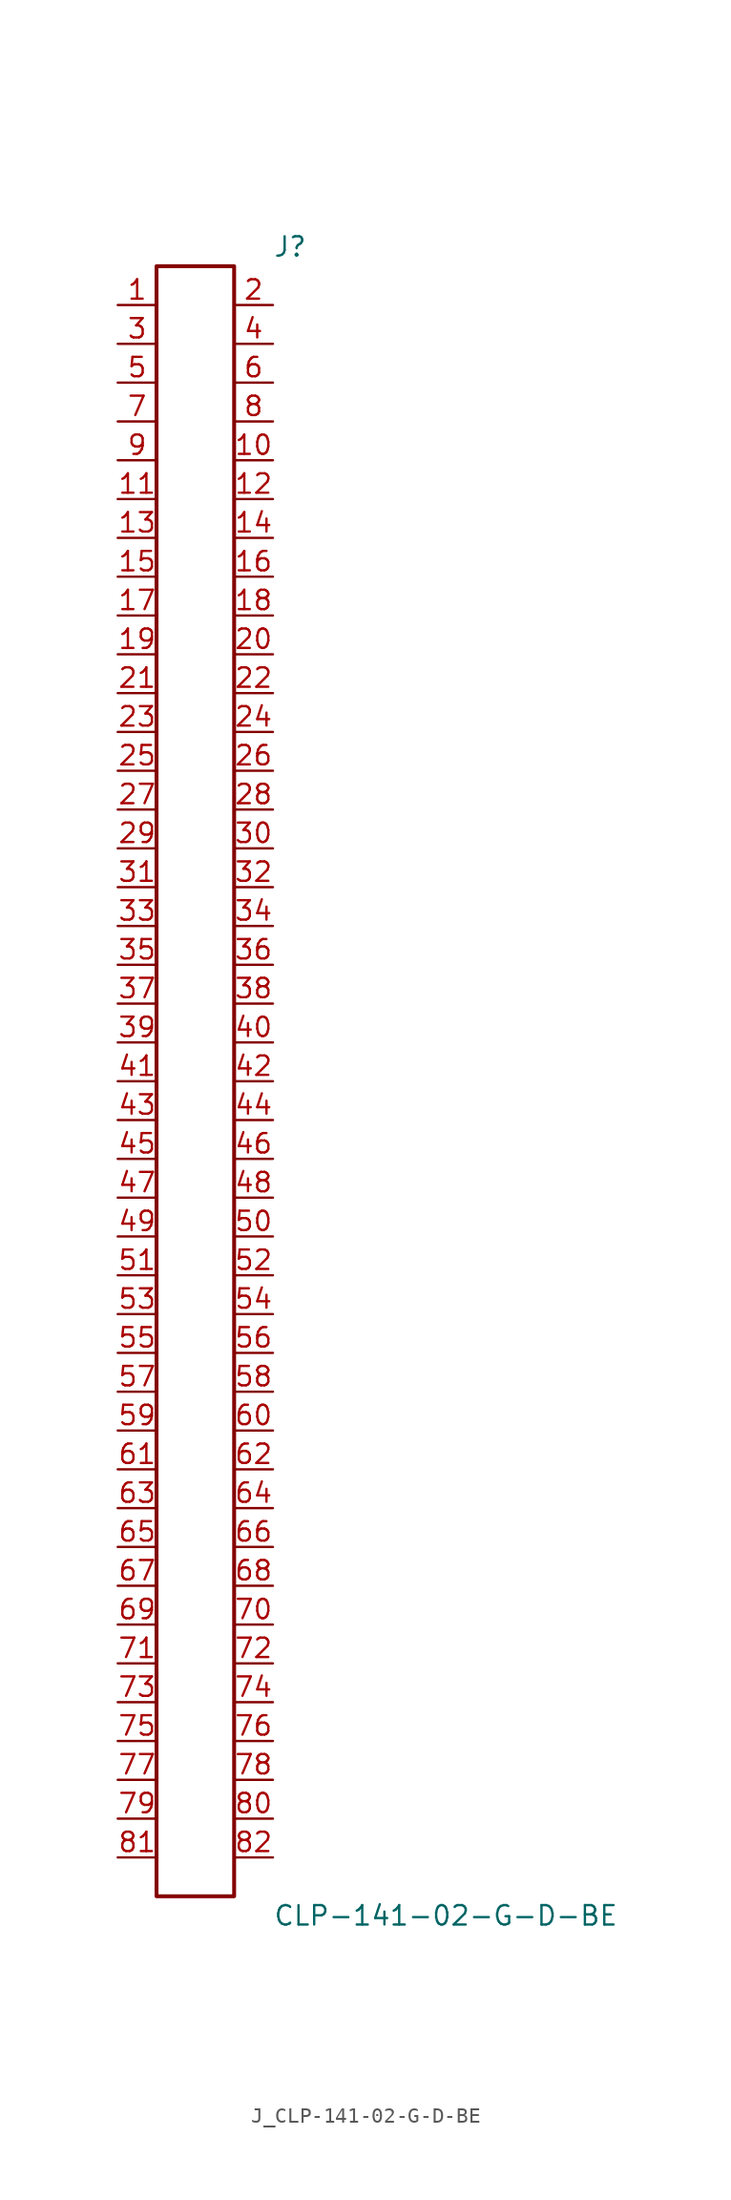
<source format=kicad_sym>
(kicad_symbol_lib
  (version 20231120)
  (generator kicad_symbol_editor)
  (generator_version 8.0)
  (symbol "J_CLP-141-02-G-D-BE"
    (pin_names
      (offset 0.254))
    (property "Reference" "J"
      (at 5.08 54.61 0)
      (effects (font (size 1.27 1.27)) (justify left)))
    (property "Value" "CLP-141-02-G-D-BE"
      (at 5.08 -54.61 0)
      (effects (font (size 1.27 1.27)) (justify left)))
    (symbol "J_CLP-141-02-G-D-BE_0_0"
      (pin passive line (at -5.08 50.8 0) (length 2.54) (name "" (effects (font (size 1.27 1.27)))) (number "1" (effects (font (size 1.27 1.27)))))
      (pin passive line (at 5.08 50.8 180) (length 2.54) (name "" (effects (font (size 1.27 1.27)))) (number "2" (effects (font (size 1.27 1.27)))))
      (pin passive line (at -5.08 48.26 0) (length 2.54) (name "" (effects (font (size 1.27 1.27)))) (number "3" (effects (font (size 1.27 1.27)))))
      (pin passive line (at 5.08 48.26 180) (length 2.54) (name "" (effects (font (size 1.27 1.27)))) (number "4" (effects (font (size 1.27 1.27)))))
      (pin passive line (at -5.08 45.72 0) (length 2.54) (name "" (effects (font (size 1.27 1.27)))) (number "5" (effects (font (size 1.27 1.27)))))
      (pin passive line (at 5.08 45.72 180) (length 2.54) (name "" (effects (font (size 1.27 1.27)))) (number "6" (effects (font (size 1.27 1.27)))))
      (pin passive line (at -5.08 43.18 0) (length 2.54) (name "" (effects (font (size 1.27 1.27)))) (number "7" (effects (font (size 1.27 1.27)))))
      (pin passive line (at 5.08 43.18 180) (length 2.54) (name "" (effects (font (size 1.27 1.27)))) (number "8" (effects (font (size 1.27 1.27)))))
      (pin passive line (at -5.08 40.64 0) (length 2.54) (name "" (effects (font (size 1.27 1.27)))) (number "9" (effects (font (size 1.27 1.27)))))
      (pin passive line (at 5.08 40.64 180) (length 2.54) (name "" (effects (font (size 1.27 1.27)))) (number "10" (effects (font (size 1.27 1.27)))))
      (pin passive line (at -5.08 38.1 0) (length 2.54) (name "" (effects (font (size 1.27 1.27)))) (number "11" (effects (font (size 1.27 1.27)))))
      (pin passive line (at 5.08 38.1 180) (length 2.54) (name "" (effects (font (size 1.27 1.27)))) (number "12" (effects (font (size 1.27 1.27)))))
      (pin passive line (at -5.08 35.56 0) (length 2.54) (name "" (effects (font (size 1.27 1.27)))) (number "13" (effects (font (size 1.27 1.27)))))
      (pin passive line (at 5.08 35.56 180) (length 2.54) (name "" (effects (font (size 1.27 1.27)))) (number "14" (effects (font (size 1.27 1.27)))))
      (pin passive line (at -5.08 33.02 0) (length 2.54) (name "" (effects (font (size 1.27 1.27)))) (number "15" (effects (font (size 1.27 1.27)))))
      (pin passive line (at 5.08 33.02 180) (length 2.54) (name "" (effects (font (size 1.27 1.27)))) (number "16" (effects (font (size 1.27 1.27)))))
      (pin passive line (at -5.08 30.48 0) (length 2.54) (name "" (effects (font (size 1.27 1.27)))) (number "17" (effects (font (size 1.27 1.27)))))
      (pin passive line (at 5.08 30.48 180) (length 2.54) (name "" (effects (font (size 1.27 1.27)))) (number "18" (effects (font (size 1.27 1.27)))))
      (pin passive line (at -5.08 27.94 0) (length 2.54) (name "" (effects (font (size 1.27 1.27)))) (number "19" (effects (font (size 1.27 1.27)))))
      (pin passive line (at 5.08 27.94 180) (length 2.54) (name "" (effects (font (size 1.27 1.27)))) (number "20" (effects (font (size 1.27 1.27)))))
      (pin passive line (at -5.08 25.4 0) (length 2.54) (name "" (effects (font (size 1.27 1.27)))) (number "21" (effects (font (size 1.27 1.27)))))
      (pin passive line (at 5.08 25.4 180) (length 2.54) (name "" (effects (font (size 1.27 1.27)))) (number "22" (effects (font (size 1.27 1.27)))))
      (pin passive line (at -5.08 22.86 0) (length 2.54) (name "" (effects (font (size 1.27 1.27)))) (number "23" (effects (font (size 1.27 1.27)))))
      (pin passive line (at 5.08 22.86 180) (length 2.54) (name "" (effects (font (size 1.27 1.27)))) (number "24" (effects (font (size 1.27 1.27)))))
      (pin passive line (at -5.08 20.32 0) (length 2.54) (name "" (effects (font (size 1.27 1.27)))) (number "25" (effects (font (size 1.27 1.27)))))
      (pin passive line (at 5.08 20.32 180) (length 2.54) (name "" (effects (font (size 1.27 1.27)))) (number "26" (effects (font (size 1.27 1.27)))))
      (pin passive line (at -5.08 17.78 0) (length 2.54) (name "" (effects (font (size 1.27 1.27)))) (number "27" (effects (font (size 1.27 1.27)))))
      (pin passive line (at 5.08 17.78 180) (length 2.54) (name "" (effects (font (size 1.27 1.27)))) (number "28" (effects (font (size 1.27 1.27)))))
      (pin passive line (at -5.08 15.24 0) (length 2.54) (name "" (effects (font (size 1.27 1.27)))) (number "29" (effects (font (size 1.27 1.27)))))
      (pin passive line (at 5.08 15.24 180) (length 2.54) (name "" (effects (font (size 1.27 1.27)))) (number "30" (effects (font (size 1.27 1.27)))))
      (pin passive line (at -5.08 12.7 0) (length 2.54) (name "" (effects (font (size 1.27 1.27)))) (number "31" (effects (font (size 1.27 1.27)))))
      (pin passive line (at 5.08 12.7 180) (length 2.54) (name "" (effects (font (size 1.27 1.27)))) (number "32" (effects (font (size 1.27 1.27)))))
      (pin passive line (at -5.08 10.16 0) (length 2.54) (name "" (effects (font (size 1.27 1.27)))) (number "33" (effects (font (size 1.27 1.27)))))
      (pin passive line (at 5.08 10.16 180) (length 2.54) (name "" (effects (font (size 1.27 1.27)))) (number "34" (effects (font (size 1.27 1.27)))))
      (pin passive line (at -5.08 7.62 0) (length 2.54) (name "" (effects (font (size 1.27 1.27)))) (number "35" (effects (font (size 1.27 1.27)))))
      (pin passive line (at 5.08 7.62 180) (length 2.54) (name "" (effects (font (size 1.27 1.27)))) (number "36" (effects (font (size 1.27 1.27)))))
      (pin passive line (at -5.08 5.08 0) (length 2.54) (name "" (effects (font (size 1.27 1.27)))) (number "37" (effects (font (size 1.27 1.27)))))
      (pin passive line (at 5.08 5.08 180) (length 2.54) (name "" (effects (font (size 1.27 1.27)))) (number "38" (effects (font (size 1.27 1.27)))))
      (pin passive line (at -5.08 2.54 0) (length 2.54) (name "" (effects (font (size 1.27 1.27)))) (number "39" (effects (font (size 1.27 1.27)))))
      (pin passive line (at 5.08 2.54 180) (length 2.54) (name "" (effects (font (size 1.27 1.27)))) (number "40" (effects (font (size 1.27 1.27)))))
      (pin passive line (at -5.08 0.0 0) (length 2.54) (name "" (effects (font (size 1.27 1.27)))) (number "41" (effects (font (size 1.27 1.27)))))
      (pin passive line (at 5.08 0.0 180) (length 2.54) (name "" (effects (font (size 1.27 1.27)))) (number "42" (effects (font (size 1.27 1.27)))))
      (pin passive line (at -5.08 -2.54 0) (length 2.54) (name "" (effects (font (size 1.27 1.27)))) (number "43" (effects (font (size 1.27 1.27)))))
      (pin passive line (at 5.08 -2.54 180) (length 2.54) (name "" (effects (font (size 1.27 1.27)))) (number "44" (effects (font (size 1.27 1.27)))))
      (pin passive line (at -5.08 -5.08 0) (length 2.54) (name "" (effects (font (size 1.27 1.27)))) (number "45" (effects (font (size 1.27 1.27)))))
      (pin passive line (at 5.08 -5.08 180) (length 2.54) (name "" (effects (font (size 1.27 1.27)))) (number "46" (effects (font (size 1.27 1.27)))))
      (pin passive line (at -5.08 -7.62 0) (length 2.54) (name "" (effects (font (size 1.27 1.27)))) (number "47" (effects (font (size 1.27 1.27)))))
      (pin passive line (at 5.08 -7.62 180) (length 2.54) (name "" (effects (font (size 1.27 1.27)))) (number "48" (effects (font (size 1.27 1.27)))))
      (pin passive line (at -5.08 -10.16 0) (length 2.54) (name "" (effects (font (size 1.27 1.27)))) (number "49" (effects (font (size 1.27 1.27)))))
      (pin passive line (at 5.08 -10.16 180) (length 2.54) (name "" (effects (font (size 1.27 1.27)))) (number "50" (effects (font (size 1.27 1.27)))))
      (pin passive line (at -5.08 -12.7 0) (length 2.54) (name "" (effects (font (size 1.27 1.27)))) (number "51" (effects (font (size 1.27 1.27)))))
      (pin passive line (at 5.08 -12.7 180) (length 2.54) (name "" (effects (font (size 1.27 1.27)))) (number "52" (effects (font (size 1.27 1.27)))))
      (pin passive line (at -5.08 -15.24 0) (length 2.54) (name "" (effects (font (size 1.27 1.27)))) (number "53" (effects (font (size 1.27 1.27)))))
      (pin passive line (at 5.08 -15.24 180) (length 2.54) (name "" (effects (font (size 1.27 1.27)))) (number "54" (effects (font (size 1.27 1.27)))))
      (pin passive line (at -5.08 -17.78 0) (length 2.54) (name "" (effects (font (size 1.27 1.27)))) (number "55" (effects (font (size 1.27 1.27)))))
      (pin passive line (at 5.08 -17.78 180) (length 2.54) (name "" (effects (font (size 1.27 1.27)))) (number "56" (effects (font (size 1.27 1.27)))))
      (pin passive line (at -5.08 -20.32 0) (length 2.54) (name "" (effects (font (size 1.27 1.27)))) (number "57" (effects (font (size 1.27 1.27)))))
      (pin passive line (at 5.08 -20.32 180) (length 2.54) (name "" (effects (font (size 1.27 1.27)))) (number "58" (effects (font (size 1.27 1.27)))))
      (pin passive line (at -5.08 -22.86 0) (length 2.54) (name "" (effects (font (size 1.27 1.27)))) (number "59" (effects (font (size 1.27 1.27)))))
      (pin passive line (at 5.08 -22.86 180) (length 2.54) (name "" (effects (font (size 1.27 1.27)))) (number "60" (effects (font (size 1.27 1.27)))))
      (pin passive line (at -5.08 -25.4 0) (length 2.54) (name "" (effects (font (size 1.27 1.27)))) (number "61" (effects (font (size 1.27 1.27)))))
      (pin passive line (at 5.08 -25.4 180) (length 2.54) (name "" (effects (font (size 1.27 1.27)))) (number "62" (effects (font (size 1.27 1.27)))))
      (pin passive line (at -5.08 -27.94 0) (length 2.54) (name "" (effects (font (size 1.27 1.27)))) (number "63" (effects (font (size 1.27 1.27)))))
      (pin passive line (at 5.08 -27.94 180) (length 2.54) (name "" (effects (font (size 1.27 1.27)))) (number "64" (effects (font (size 1.27 1.27)))))
      (pin passive line (at -5.08 -30.48 0) (length 2.54) (name "" (effects (font (size 1.27 1.27)))) (number "65" (effects (font (size 1.27 1.27)))))
      (pin passive line (at 5.08 -30.48 180) (length 2.54) (name "" (effects (font (size 1.27 1.27)))) (number "66" (effects (font (size 1.27 1.27)))))
      (pin passive line (at -5.08 -33.02 0) (length 2.54) (name "" (effects (font (size 1.27 1.27)))) (number "67" (effects (font (size 1.27 1.27)))))
      (pin passive line (at 5.08 -33.02 180) (length 2.54) (name "" (effects (font (size 1.27 1.27)))) (number "68" (effects (font (size 1.27 1.27)))))
      (pin passive line (at -5.08 -35.56 0) (length 2.54) (name "" (effects (font (size 1.27 1.27)))) (number "69" (effects (font (size 1.27 1.27)))))
      (pin passive line (at 5.08 -35.56 180) (length 2.54) (name "" (effects (font (size 1.27 1.27)))) (number "70" (effects (font (size 1.27 1.27)))))
      (pin passive line (at -5.08 -38.1 0) (length 2.54) (name "" (effects (font (size 1.27 1.27)))) (number "71" (effects (font (size 1.27 1.27)))))
      (pin passive line (at 5.08 -38.1 180) (length 2.54) (name "" (effects (font (size 1.27 1.27)))) (number "72" (effects (font (size 1.27 1.27)))))
      (pin passive line (at -5.08 -40.64 0) (length 2.54) (name "" (effects (font (size 1.27 1.27)))) (number "73" (effects (font (size 1.27 1.27)))))
      (pin passive line (at 5.08 -40.64 180) (length 2.54) (name "" (effects (font (size 1.27 1.27)))) (number "74" (effects (font (size 1.27 1.27)))))
      (pin passive line (at -5.08 -43.18 0) (length 2.54) (name "" (effects (font (size 1.27 1.27)))) (number "75" (effects (font (size 1.27 1.27)))))
      (pin passive line (at 5.08 -43.18 180) (length 2.54) (name "" (effects (font (size 1.27 1.27)))) (number "76" (effects (font (size 1.27 1.27)))))
      (pin passive line (at -5.08 -45.72 0) (length 2.54) (name "" (effects (font (size 1.27 1.27)))) (number "77" (effects (font (size 1.27 1.27)))))
      (pin passive line (at 5.08 -45.72 180) (length 2.54) (name "" (effects (font (size 1.27 1.27)))) (number "78" (effects (font (size 1.27 1.27)))))
      (pin passive line (at -5.08 -48.26 0) (length 2.54) (name "" (effects (font (size 1.27 1.27)))) (number "79" (effects (font (size 1.27 1.27)))))
      (pin passive line (at 5.08 -48.26 180) (length 2.54) (name "" (effects (font (size 1.27 1.27)))) (number "80" (effects (font (size 1.27 1.27)))))
      (pin passive line (at -5.08 -50.8 0) (length 2.54) (name "" (effects (font (size 1.27 1.27)))) (number "81" (effects (font (size 1.27 1.27)))))
      (pin passive line (at 5.08 -50.8 180) (length 2.54) (name "" (effects (font (size 1.27 1.27)))) (number "82" (effects (font (size 1.27 1.27))))))
    (symbol "J_CLP-141-02-G-D-BE_1_0"
      (rectangle (start -2.54 53.34) (end 2.54 -53.34) (stroke (width 0.254) (type solid)) (fill (type none))))))
</source>
